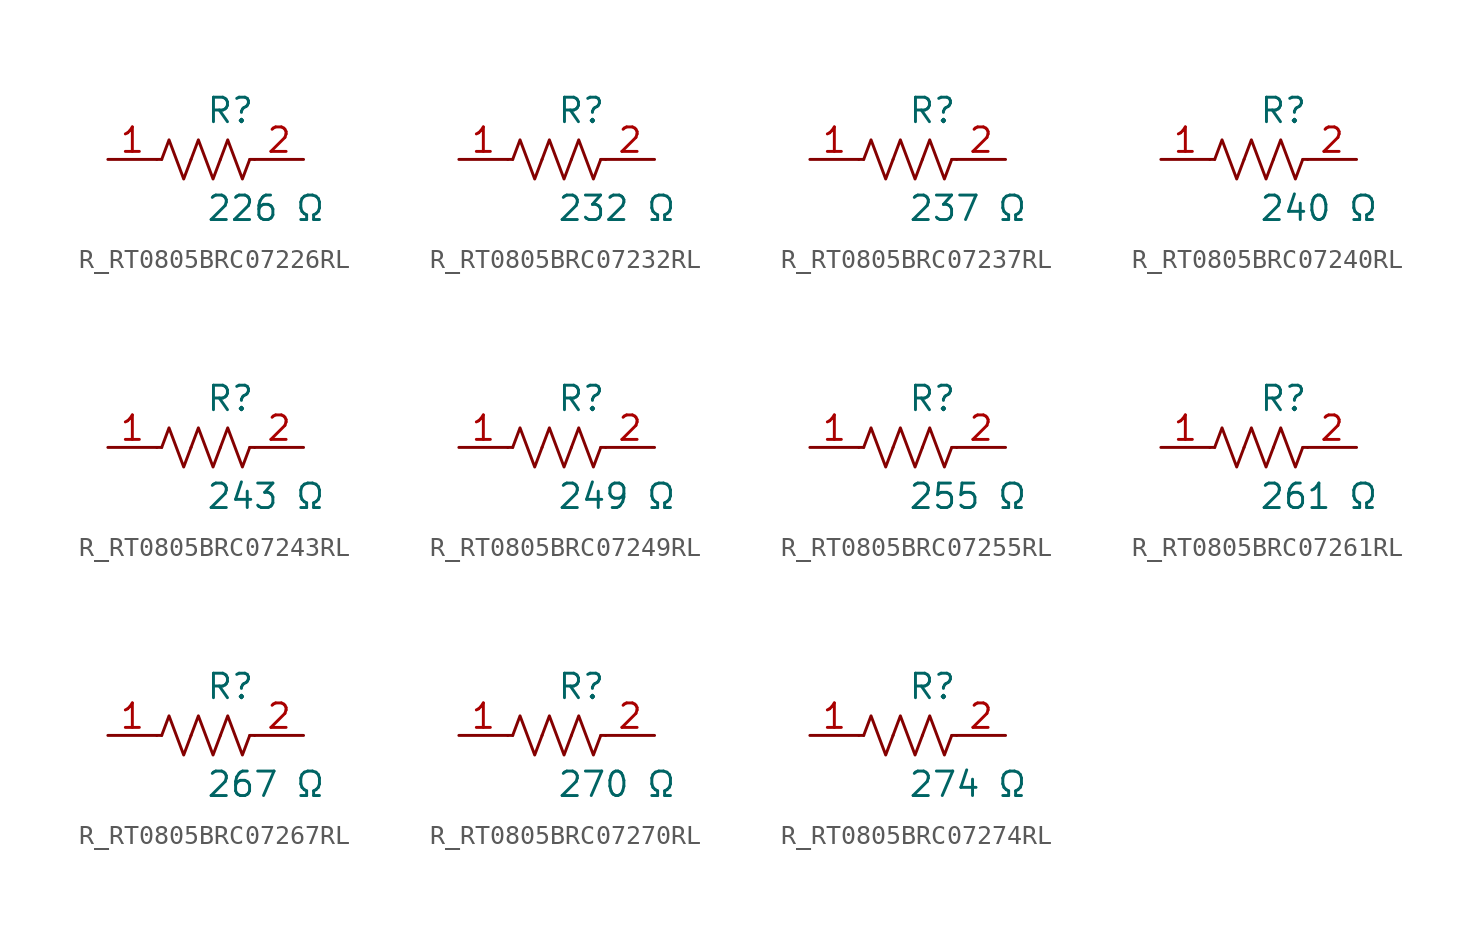
<source format=kicad_sym>
(kicad_symbol_lib
  (version 20231120)
  (generator kicad_symbol_editor)
  (generator_version 8.0)
  (symbol "R_RT0805BRC07226RL"
    (pin_names
      (offset 0.254))
    (property "Reference" "R"
      (at 0.0 2.54 0)
      (effects (font (size 1.27 1.27)) (justify left)))
    (property "Value" "226 Ω"
      (at 0.0 -2.54 0)
      (effects (font (size 1.27 1.27)) (justify left)))
    (symbol "R_RT0805BRC07226RL_0_1"
      (polyline (pts (xy 2.286 0) (xy 2.54 0)) (stroke (width 0) (type default)) (fill (type none)))
      (polyline (pts (xy -2.286 0) (xy -2.54 0)) (stroke (width 0) (type default)) (fill (type none)))
      (polyline (pts (xy 0.762 0) (xy 1.143 1.016) (xy 1.524 0) (xy 1.905 -1.016) (xy 2.286 0)) (stroke (width 0) (type default)) (fill (type none)))
      (polyline (pts (xy -0.762 0) (xy -0.381 1.016) (xy 0 0) (xy 0.381 -1.016) (xy 0.762 0)) (stroke (width 0) (type default)) (fill (type none)))
      (polyline (pts (xy -2.286 0) (xy -1.905 1.016) (xy -1.524 0) (xy -1.143 -1.016) (xy -0.762 0)) (stroke (width 0) (type default)) (fill (type none))))
    (pin unspecified line
      (at -5.08 0 0)
      (length 2.54)
      (name "" (effects (font (size 1.27 1.27))))
      (number "1" (effects (font (size 1.27 1.27)))))
    (pin unspecified line
      (at 5.08 0 180)
      (length 2.54)
      (name "" (effects (font (size 1.27 1.27))))
      (number "2" (effects (font (size 1.27 1.27))))))
  (symbol "R_RT0805BRC07232RL"
    (pin_names
      (offset 0.254))
    (property "Reference" "R"
      (at 0.0 2.54 0)
      (effects (font (size 1.27 1.27)) (justify left)))
    (property "Value" "232 Ω"
      (at 0.0 -2.54 0)
      (effects (font (size 1.27 1.27)) (justify left)))
    (symbol "R_RT0805BRC07232RL_0_1"
      (polyline (pts (xy 2.286 0) (xy 2.54 0)) (stroke (width 0) (type default)) (fill (type none)))
      (polyline (pts (xy -2.286 0) (xy -2.54 0)) (stroke (width 0) (type default)) (fill (type none)))
      (polyline (pts (xy 0.762 0) (xy 1.143 1.016) (xy 1.524 0) (xy 1.905 -1.016) (xy 2.286 0)) (stroke (width 0) (type default)) (fill (type none)))
      (polyline (pts (xy -0.762 0) (xy -0.381 1.016) (xy 0 0) (xy 0.381 -1.016) (xy 0.762 0)) (stroke (width 0) (type default)) (fill (type none)))
      (polyline (pts (xy -2.286 0) (xy -1.905 1.016) (xy -1.524 0) (xy -1.143 -1.016) (xy -0.762 0)) (stroke (width 0) (type default)) (fill (type none))))
    (pin unspecified line
      (at -5.08 0 0)
      (length 2.54)
      (name "" (effects (font (size 1.27 1.27))))
      (number "1" (effects (font (size 1.27 1.27)))))
    (pin unspecified line
      (at 5.08 0 180)
      (length 2.54)
      (name "" (effects (font (size 1.27 1.27))))
      (number "2" (effects (font (size 1.27 1.27))))))
  (symbol "R_RT0805BRC07237RL"
    (pin_names
      (offset 0.254))
    (property "Reference" "R"
      (at 0.0 2.54 0)
      (effects (font (size 1.27 1.27)) (justify left)))
    (property "Value" "237 Ω"
      (at 0.0 -2.54 0)
      (effects (font (size 1.27 1.27)) (justify left)))
    (symbol "R_RT0805BRC07237RL_0_1"
      (polyline (pts (xy 2.286 0) (xy 2.54 0)) (stroke (width 0) (type default)) (fill (type none)))
      (polyline (pts (xy -2.286 0) (xy -2.54 0)) (stroke (width 0) (type default)) (fill (type none)))
      (polyline (pts (xy 0.762 0) (xy 1.143 1.016) (xy 1.524 0) (xy 1.905 -1.016) (xy 2.286 0)) (stroke (width 0) (type default)) (fill (type none)))
      (polyline (pts (xy -0.762 0) (xy -0.381 1.016) (xy 0 0) (xy 0.381 -1.016) (xy 0.762 0)) (stroke (width 0) (type default)) (fill (type none)))
      (polyline (pts (xy -2.286 0) (xy -1.905 1.016) (xy -1.524 0) (xy -1.143 -1.016) (xy -0.762 0)) (stroke (width 0) (type default)) (fill (type none))))
    (pin unspecified line
      (at -5.08 0 0)
      (length 2.54)
      (name "" (effects (font (size 1.27 1.27))))
      (number "1" (effects (font (size 1.27 1.27)))))
    (pin unspecified line
      (at 5.08 0 180)
      (length 2.54)
      (name "" (effects (font (size 1.27 1.27))))
      (number "2" (effects (font (size 1.27 1.27))))))
  (symbol "R_RT0805BRC07240RL"
    (pin_names
      (offset 0.254))
    (property "Reference" "R"
      (at 0.0 2.54 0)
      (effects (font (size 1.27 1.27)) (justify left)))
    (property "Value" "240 Ω"
      (at 0.0 -2.54 0)
      (effects (font (size 1.27 1.27)) (justify left)))
    (symbol "R_RT0805BRC07240RL_0_1"
      (polyline (pts (xy 2.286 0) (xy 2.54 0)) (stroke (width 0) (type default)) (fill (type none)))
      (polyline (pts (xy -2.286 0) (xy -2.54 0)) (stroke (width 0) (type default)) (fill (type none)))
      (polyline (pts (xy 0.762 0) (xy 1.143 1.016) (xy 1.524 0) (xy 1.905 -1.016) (xy 2.286 0)) (stroke (width 0) (type default)) (fill (type none)))
      (polyline (pts (xy -0.762 0) (xy -0.381 1.016) (xy 0 0) (xy 0.381 -1.016) (xy 0.762 0)) (stroke (width 0) (type default)) (fill (type none)))
      (polyline (pts (xy -2.286 0) (xy -1.905 1.016) (xy -1.524 0) (xy -1.143 -1.016) (xy -0.762 0)) (stroke (width 0) (type default)) (fill (type none))))
    (pin unspecified line
      (at -5.08 0 0)
      (length 2.54)
      (name "" (effects (font (size 1.27 1.27))))
      (number "1" (effects (font (size 1.27 1.27)))))
    (pin unspecified line
      (at 5.08 0 180)
      (length 2.54)
      (name "" (effects (font (size 1.27 1.27))))
      (number "2" (effects (font (size 1.27 1.27))))))
  (symbol "R_RT0805BRC07243RL"
    (pin_names
      (offset 0.254))
    (property "Reference" "R"
      (at 0.0 2.54 0)
      (effects (font (size 1.27 1.27)) (justify left)))
    (property "Value" "243 Ω"
      (at 0.0 -2.54 0)
      (effects (font (size 1.27 1.27)) (justify left)))
    (symbol "R_RT0805BRC07243RL_0_1"
      (polyline (pts (xy 2.286 0) (xy 2.54 0)) (stroke (width 0) (type default)) (fill (type none)))
      (polyline (pts (xy -2.286 0) (xy -2.54 0)) (stroke (width 0) (type default)) (fill (type none)))
      (polyline (pts (xy 0.762 0) (xy 1.143 1.016) (xy 1.524 0) (xy 1.905 -1.016) (xy 2.286 0)) (stroke (width 0) (type default)) (fill (type none)))
      (polyline (pts (xy -0.762 0) (xy -0.381 1.016) (xy 0 0) (xy 0.381 -1.016) (xy 0.762 0)) (stroke (width 0) (type default)) (fill (type none)))
      (polyline (pts (xy -2.286 0) (xy -1.905 1.016) (xy -1.524 0) (xy -1.143 -1.016) (xy -0.762 0)) (stroke (width 0) (type default)) (fill (type none))))
    (pin unspecified line
      (at -5.08 0 0)
      (length 2.54)
      (name "" (effects (font (size 1.27 1.27))))
      (number "1" (effects (font (size 1.27 1.27)))))
    (pin unspecified line
      (at 5.08 0 180)
      (length 2.54)
      (name "" (effects (font (size 1.27 1.27))))
      (number "2" (effects (font (size 1.27 1.27))))))
  (symbol "R_RT0805BRC07249RL"
    (pin_names
      (offset 0.254))
    (property "Reference" "R"
      (at 0.0 2.54 0)
      (effects (font (size 1.27 1.27)) (justify left)))
    (property "Value" "249 Ω"
      (at 0.0 -2.54 0)
      (effects (font (size 1.27 1.27)) (justify left)))
    (symbol "R_RT0805BRC07249RL_0_1"
      (polyline (pts (xy 2.286 0) (xy 2.54 0)) (stroke (width 0) (type default)) (fill (type none)))
      (polyline (pts (xy -2.286 0) (xy -2.54 0)) (stroke (width 0) (type default)) (fill (type none)))
      (polyline (pts (xy 0.762 0) (xy 1.143 1.016) (xy 1.524 0) (xy 1.905 -1.016) (xy 2.286 0)) (stroke (width 0) (type default)) (fill (type none)))
      (polyline (pts (xy -0.762 0) (xy -0.381 1.016) (xy 0 0) (xy 0.381 -1.016) (xy 0.762 0)) (stroke (width 0) (type default)) (fill (type none)))
      (polyline (pts (xy -2.286 0) (xy -1.905 1.016) (xy -1.524 0) (xy -1.143 -1.016) (xy -0.762 0)) (stroke (width 0) (type default)) (fill (type none))))
    (pin unspecified line
      (at -5.08 0 0)
      (length 2.54)
      (name "" (effects (font (size 1.27 1.27))))
      (number "1" (effects (font (size 1.27 1.27)))))
    (pin unspecified line
      (at 5.08 0 180)
      (length 2.54)
      (name "" (effects (font (size 1.27 1.27))))
      (number "2" (effects (font (size 1.27 1.27))))))
  (symbol "R_RT0805BRC07255RL"
    (pin_names
      (offset 0.254))
    (property "Reference" "R"
      (at 0.0 2.54 0)
      (effects (font (size 1.27 1.27)) (justify left)))
    (property "Value" "255 Ω"
      (at 0.0 -2.54 0)
      (effects (font (size 1.27 1.27)) (justify left)))
    (symbol "R_RT0805BRC07255RL_0_1"
      (polyline (pts (xy 2.286 0) (xy 2.54 0)) (stroke (width 0) (type default)) (fill (type none)))
      (polyline (pts (xy -2.286 0) (xy -2.54 0)) (stroke (width 0) (type default)) (fill (type none)))
      (polyline (pts (xy 0.762 0) (xy 1.143 1.016) (xy 1.524 0) (xy 1.905 -1.016) (xy 2.286 0)) (stroke (width 0) (type default)) (fill (type none)))
      (polyline (pts (xy -0.762 0) (xy -0.381 1.016) (xy 0 0) (xy 0.381 -1.016) (xy 0.762 0)) (stroke (width 0) (type default)) (fill (type none)))
      (polyline (pts (xy -2.286 0) (xy -1.905 1.016) (xy -1.524 0) (xy -1.143 -1.016) (xy -0.762 0)) (stroke (width 0) (type default)) (fill (type none))))
    (pin unspecified line
      (at -5.08 0 0)
      (length 2.54)
      (name "" (effects (font (size 1.27 1.27))))
      (number "1" (effects (font (size 1.27 1.27)))))
    (pin unspecified line
      (at 5.08 0 180)
      (length 2.54)
      (name "" (effects (font (size 1.27 1.27))))
      (number "2" (effects (font (size 1.27 1.27))))))
  (symbol "R_RT0805BRC07261RL"
    (pin_names
      (offset 0.254))
    (property "Reference" "R"
      (at 0.0 2.54 0)
      (effects (font (size 1.27 1.27)) (justify left)))
    (property "Value" "261 Ω"
      (at 0.0 -2.54 0)
      (effects (font (size 1.27 1.27)) (justify left)))
    (symbol "R_RT0805BRC07261RL_0_1"
      (polyline (pts (xy 2.286 0) (xy 2.54 0)) (stroke (width 0) (type default)) (fill (type none)))
      (polyline (pts (xy -2.286 0) (xy -2.54 0)) (stroke (width 0) (type default)) (fill (type none)))
      (polyline (pts (xy 0.762 0) (xy 1.143 1.016) (xy 1.524 0) (xy 1.905 -1.016) (xy 2.286 0)) (stroke (width 0) (type default)) (fill (type none)))
      (polyline (pts (xy -0.762 0) (xy -0.381 1.016) (xy 0 0) (xy 0.381 -1.016) (xy 0.762 0)) (stroke (width 0) (type default)) (fill (type none)))
      (polyline (pts (xy -2.286 0) (xy -1.905 1.016) (xy -1.524 0) (xy -1.143 -1.016) (xy -0.762 0)) (stroke (width 0) (type default)) (fill (type none))))
    (pin unspecified line
      (at -5.08 0 0)
      (length 2.54)
      (name "" (effects (font (size 1.27 1.27))))
      (number "1" (effects (font (size 1.27 1.27)))))
    (pin unspecified line
      (at 5.08 0 180)
      (length 2.54)
      (name "" (effects (font (size 1.27 1.27))))
      (number "2" (effects (font (size 1.27 1.27))))))
  (symbol "R_RT0805BRC07267RL"
    (pin_names
      (offset 0.254))
    (property "Reference" "R"
      (at 0.0 2.54 0)
      (effects (font (size 1.27 1.27)) (justify left)))
    (property "Value" "267 Ω"
      (at 0.0 -2.54 0)
      (effects (font (size 1.27 1.27)) (justify left)))
    (symbol "R_RT0805BRC07267RL_0_1"
      (polyline (pts (xy 2.286 0) (xy 2.54 0)) (stroke (width 0) (type default)) (fill (type none)))
      (polyline (pts (xy -2.286 0) (xy -2.54 0)) (stroke (width 0) (type default)) (fill (type none)))
      (polyline (pts (xy 0.762 0) (xy 1.143 1.016) (xy 1.524 0) (xy 1.905 -1.016) (xy 2.286 0)) (stroke (width 0) (type default)) (fill (type none)))
      (polyline (pts (xy -0.762 0) (xy -0.381 1.016) (xy 0 0) (xy 0.381 -1.016) (xy 0.762 0)) (stroke (width 0) (type default)) (fill (type none)))
      (polyline (pts (xy -2.286 0) (xy -1.905 1.016) (xy -1.524 0) (xy -1.143 -1.016) (xy -0.762 0)) (stroke (width 0) (type default)) (fill (type none))))
    (pin unspecified line
      (at -5.08 0 0)
      (length 2.54)
      (name "" (effects (font (size 1.27 1.27))))
      (number "1" (effects (font (size 1.27 1.27)))))
    (pin unspecified line
      (at 5.08 0 180)
      (length 2.54)
      (name "" (effects (font (size 1.27 1.27))))
      (number "2" (effects (font (size 1.27 1.27))))))
  (symbol "R_RT0805BRC07270RL"
    (pin_names
      (offset 0.254))
    (property "Reference" "R"
      (at 0.0 2.54 0)
      (effects (font (size 1.27 1.27)) (justify left)))
    (property "Value" "270 Ω"
      (at 0.0 -2.54 0)
      (effects (font (size 1.27 1.27)) (justify left)))
    (symbol "R_RT0805BRC07270RL_0_1"
      (polyline (pts (xy 2.286 0) (xy 2.54 0)) (stroke (width 0) (type default)) (fill (type none)))
      (polyline (pts (xy -2.286 0) (xy -2.54 0)) (stroke (width 0) (type default)) (fill (type none)))
      (polyline (pts (xy 0.762 0) (xy 1.143 1.016) (xy 1.524 0) (xy 1.905 -1.016) (xy 2.286 0)) (stroke (width 0) (type default)) (fill (type none)))
      (polyline (pts (xy -0.762 0) (xy -0.381 1.016) (xy 0 0) (xy 0.381 -1.016) (xy 0.762 0)) (stroke (width 0) (type default)) (fill (type none)))
      (polyline (pts (xy -2.286 0) (xy -1.905 1.016) (xy -1.524 0) (xy -1.143 -1.016) (xy -0.762 0)) (stroke (width 0) (type default)) (fill (type none))))
    (pin unspecified line
      (at -5.08 0 0)
      (length 2.54)
      (name "" (effects (font (size 1.27 1.27))))
      (number "1" (effects (font (size 1.27 1.27)))))
    (pin unspecified line
      (at 5.08 0 180)
      (length 2.54)
      (name "" (effects (font (size 1.27 1.27))))
      (number "2" (effects (font (size 1.27 1.27))))))
  (symbol "R_RT0805BRC07274RL"
    (pin_names
      (offset 0.254))
    (property "Reference" "R"
      (at 0.0 2.54 0)
      (effects (font (size 1.27 1.27)) (justify left)))
    (property "Value" "274 Ω"
      (at 0.0 -2.54 0)
      (effects (font (size 1.27 1.27)) (justify left)))
    (symbol "R_RT0805BRC07274RL_0_1"
      (polyline (pts (xy 2.286 0) (xy 2.54 0)) (stroke (width 0) (type default)) (fill (type none)))
      (polyline (pts (xy -2.286 0) (xy -2.54 0)) (stroke (width 0) (type default)) (fill (type none)))
      (polyline (pts (xy 0.762 0) (xy 1.143 1.016) (xy 1.524 0) (xy 1.905 -1.016) (xy 2.286 0)) (stroke (width 0) (type default)) (fill (type none)))
      (polyline (pts (xy -0.762 0) (xy -0.381 1.016) (xy 0 0) (xy 0.381 -1.016) (xy 0.762 0)) (stroke (width 0) (type default)) (fill (type none)))
      (polyline (pts (xy -2.286 0) (xy -1.905 1.016) (xy -1.524 0) (xy -1.143 -1.016) (xy -0.762 0)) (stroke (width 0) (type default)) (fill (type none))))
    (pin unspecified line
      (at -5.08 0 0)
      (length 2.54)
      (name "" (effects (font (size 1.27 1.27))))
      (number "1" (effects (font (size 1.27 1.27)))))
    (pin unspecified line
      (at 5.08 0 180)
      (length 2.54)
      (name "" (effects (font (size 1.27 1.27))))
      (number "2" (effects (font (size 1.27 1.27)))))))
</source>
